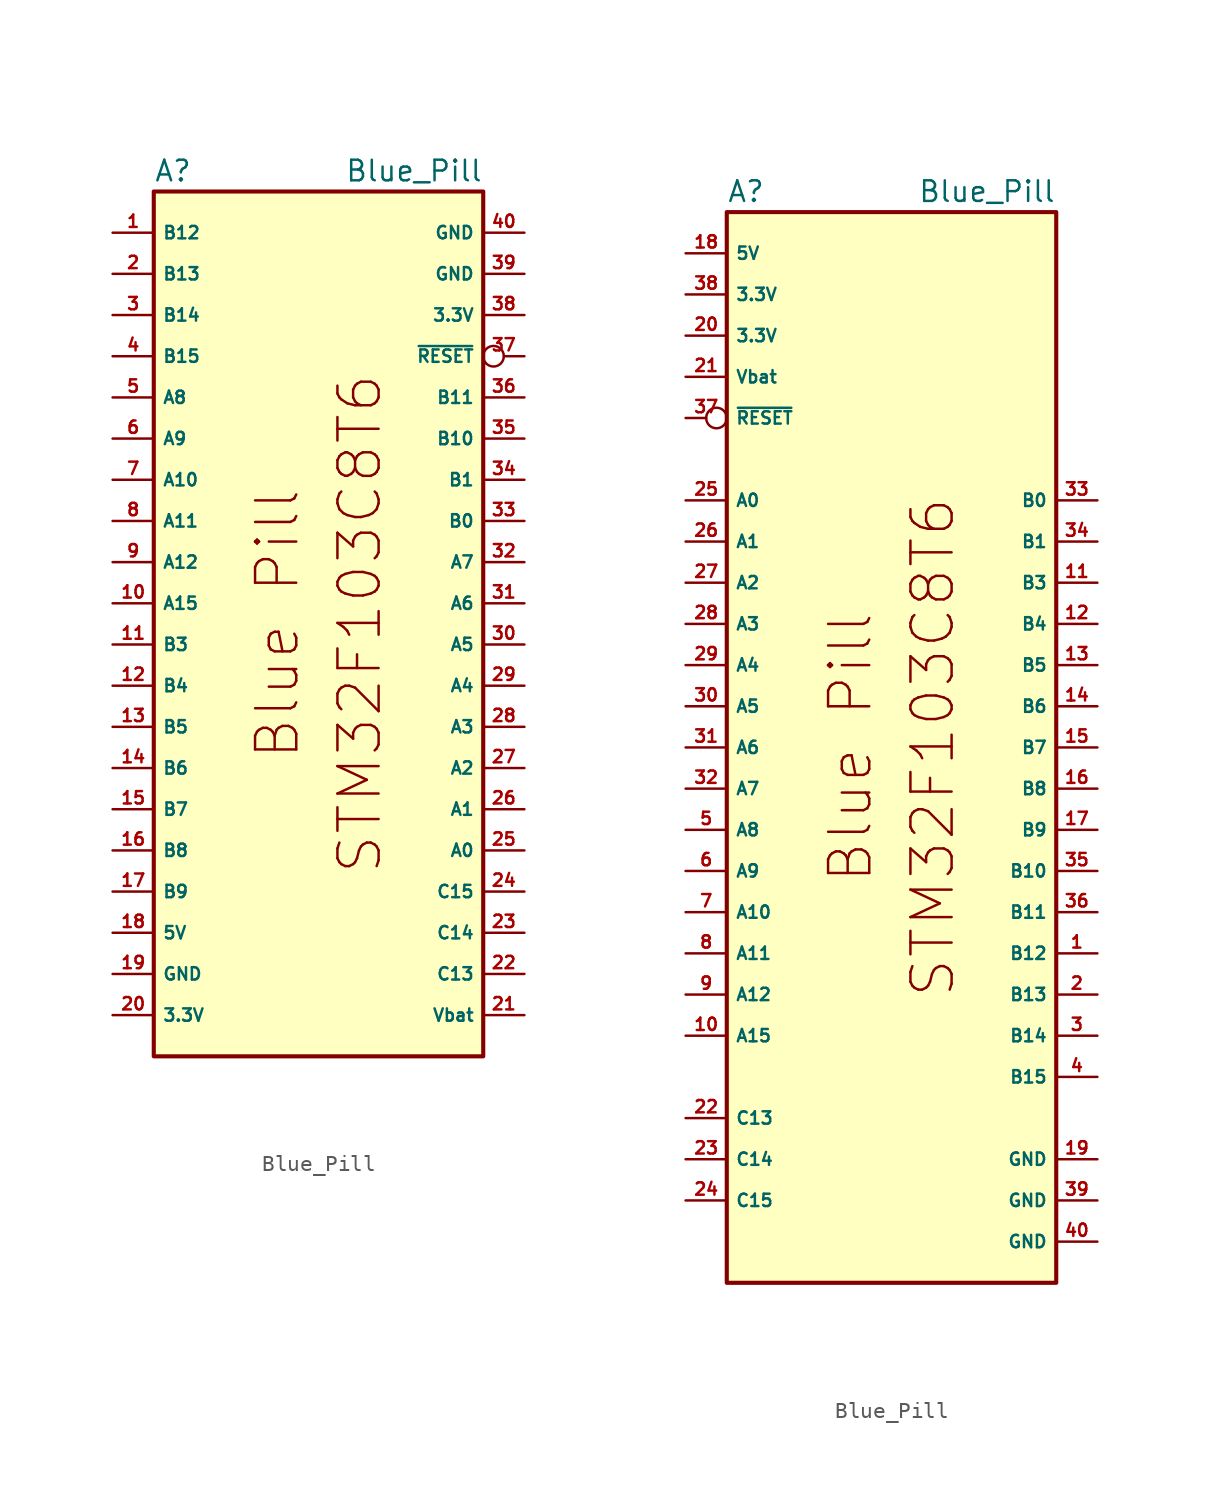
<source format=kicad_sym>
(kicad_symbol_lib
  (version 20211014)
  (generator kicad_symbol_editor)
  (symbol "Blue_Pill"
    (property "Reference" "A"
      (at 2.54 3.81 0)
      (effects (font (size 1.27 1.27)) (justify left)))
    (property "Value" "Blue_Pill"
      (at 22.86 3.81 0)
      (effects (font (size 1.27 1.27)) (justify right)))
    (symbol "Blue_Pill_0_1"
      (rectangle (start 2.54 2.54) (end 22.86 -50.8) (stroke (width 0.254) (type default) (color 0 0 0 0)) (fill (type background)))
      (text "Blue Pill" (at 10.16 -24.13 900) (effects (font (size 2.54 2.54))))
      (text "STM32F103C8T6" (at 15.24 -24.13 900) (effects (font (size 2.54 2.54)))))
    (symbol "Blue_Pill_0_2"
      (rectangle (start 2.54 2.54) (end 22.86 -63.5) (stroke (width 0.254) (type default) (color 0 0 0 0)) (fill (type background)))
      (text "Blue Pill" (at 10.16 -30.48 900) (effects (font (size 2.54 2.54))))
      (text "STM32F103C8T6" (at 15.24 -30.48 900) (effects (font (size 2.54 2.54)))))
    (symbol "Blue_Pill_1_1"
      (pin bidirectional line (at 0 0 0) (length 2.54) (name "B12" (effects (font (size 0.762 0.762)))) (number "1" (effects (font (size 0.762 0.762)))))
      (pin bidirectional line (at 0 -22.86 0) (length 2.54) (name "A15" (effects (font (size 0.762 0.762)))) (number "10" (effects (font (size 0.762 0.762)))))
      (pin bidirectional line (at 0 -25.4 0) (length 2.54) (name "B3" (effects (font (size 0.762 0.762)))) (number "11" (effects (font (size 0.762 0.762)))))
      (pin bidirectional line (at 0 -27.94 0) (length 2.54) (name "B4" (effects (font (size 0.762 0.762)))) (number "12" (effects (font (size 0.762 0.762)))))
      (pin bidirectional line (at 0 -30.48 0) (length 2.54) (name "B5" (effects (font (size 0.762 0.762)))) (number "13" (effects (font (size 0.762 0.762)))))
      (pin bidirectional line (at 0 -33.02 0) (length 2.54) (name "B6" (effects (font (size 0.762 0.762)))) (number "14" (effects (font (size 0.762 0.762)))))
      (pin bidirectional line (at 0 -35.56 0) (length 2.54) (name "B7" (effects (font (size 0.762 0.762)))) (number "15" (effects (font (size 0.762 0.762)))))
      (pin bidirectional line (at 0 -38.1 0) (length 2.54) (name "B8" (effects (font (size 0.762 0.762)))) (number "16" (effects (font (size 0.762 0.762)))))
      (pin bidirectional line (at 0 -40.64 0) (length 2.54) (name "B9" (effects (font (size 0.762 0.762)))) (number "17" (effects (font (size 0.762 0.762)))))
      (pin power_in line (at 0 -43.18 0) (length 2.54) (name "5V" (effects (font (size 0.762 0.762)))) (number "18" (effects (font (size 0.762 0.762)))))
      (pin power_in line (at 0 -45.72 0) (length 2.54) (name "GND" (effects (font (size 0.762 0.762)))) (number "19" (effects (font (size 0.762 0.762)))))
      (pin bidirectional line (at 0 -2.54 0) (length 2.54) (name "B13" (effects (font (size 0.762 0.762)))) (number "2" (effects (font (size 0.762 0.762)))))
      (pin power_in line (at 0 -48.26 0) (length 2.54) (name "3.3V" (effects (font (size 0.762 0.762)))) (number "20" (effects (font (size 0.762 0.762)))))
      (pin power_in line (at 25.4 -48.26 180) (length 2.54) (name "Vbat" (effects (font (size 0.762 0.762)))) (number "21" (effects (font (size 0.762 0.762)))))
      (pin bidirectional line (at 25.4 -45.72 180) (length 2.54) (name "C13" (effects (font (size 0.762 0.762)))) (number "22" (effects (font (size 0.762 0.762)))))
      (pin bidirectional line (at 25.4 -43.18 180) (length 2.54) (name "C14" (effects (font (size 0.762 0.762)))) (number "23" (effects (font (size 0.762 0.762)))))
      (pin bidirectional line (at 25.4 -40.64 180) (length 2.54) (name "C15" (effects (font (size 0.762 0.762)))) (number "24" (effects (font (size 0.762 0.762)))))
      (pin bidirectional line (at 25.4 -38.1 180) (length 2.54) (name "A0" (effects (font (size 0.762 0.762)))) (number "25" (effects (font (size 0.762 0.762)))))
      (pin bidirectional line (at 25.4 -35.56 180) (length 2.54) (name "A1" (effects (font (size 0.762 0.762)))) (number "26" (effects (font (size 0.762 0.762)))))
      (pin bidirectional line (at 25.4 -33.02 180) (length 2.54) (name "A2" (effects (font (size 0.762 0.762)))) (number "27" (effects (font (size 0.762 0.762)))))
      (pin bidirectional line (at 25.4 -30.48 180) (length 2.54) (name "A3" (effects (font (size 0.762 0.762)))) (number "28" (effects (font (size 0.762 0.762)))))
      (pin bidirectional line (at 25.4 -27.94 180) (length 2.54) (name "A4" (effects (font (size 0.762 0.762)))) (number "29" (effects (font (size 0.762 0.762)))))
      (pin bidirectional line (at 0 -5.08 0) (length 2.54) (name "B14" (effects (font (size 0.762 0.762)))) (number "3" (effects (font (size 0.762 0.762)))))
      (pin bidirectional line (at 25.4 -25.4 180) (length 2.54) (name "A5" (effects (font (size 0.762 0.762)))) (number "30" (effects (font (size 0.762 0.762)))))
      (pin bidirectional line (at 25.4 -22.86 180) (length 2.54) (name "A6" (effects (font (size 0.762 0.762)))) (number "31" (effects (font (size 0.762 0.762)))))
      (pin bidirectional line (at 25.4 -20.32 180) (length 2.54) (name "A7" (effects (font (size 0.762 0.762)))) (number "32" (effects (font (size 0.762 0.762)))))
      (pin bidirectional line (at 25.4 -17.78 180) (length 2.54) (name "B0" (effects (font (size 0.762 0.762)))) (number "33" (effects (font (size 0.762 0.762)))))
      (pin bidirectional line (at 25.4 -15.24 180) (length 2.54) (name "B1" (effects (font (size 0.762 0.762)))) (number "34" (effects (font (size 0.762 0.762)))))
      (pin bidirectional line (at 25.4 -12.7 180) (length 2.54) (name "B10" (effects (font (size 0.762 0.762)))) (number "35" (effects (font (size 0.762 0.762)))))
      (pin bidirectional line (at 25.4 -10.16 180) (length 2.54) (name "B11" (effects (font (size 0.762 0.762)))) (number "36" (effects (font (size 0.762 0.762)))))
      (pin input inverted (at 25.4 -7.62 180) (length 2.54) (name "~{RESET}" (effects (font (size 0.762 0.762)))) (number "37" (effects (font (size 0.762 0.762)))))
      (pin power_in line (at 25.4 -5.08 180) (length 2.54) (name "3.3V" (effects (font (size 0.762 0.762)))) (number "38" (effects (font (size 0.762 0.762)))))
      (pin power_in line (at 25.4 -2.54 180) (length 2.54) (name "GND" (effects (font (size 0.762 0.762)))) (number "39" (effects (font (size 0.762 0.762)))))
      (pin bidirectional line (at 0 -7.62 0) (length 2.54) (name "B15" (effects (font (size 0.762 0.762)))) (number "4" (effects (font (size 0.762 0.762)))))
      (pin power_in line (at 25.4 0 180) (length 2.54) (name "GND" (effects (font (size 0.762 0.762)))) (number "40" (effects (font (size 0.762 0.762)))))
      (pin bidirectional line (at 0 -10.16 0) (length 2.54) (name "A8" (effects (font (size 0.762 0.762)))) (number "5" (effects (font (size 0.762 0.762)))))
      (pin bidirectional line (at 0 -12.7 0) (length 2.54) (name "A9" (effects (font (size 0.762 0.762)))) (number "6" (effects (font (size 0.762 0.762)))))
      (pin bidirectional line (at 0 -15.24 0) (length 2.54) (name "A10" (effects (font (size 0.762 0.762)))) (number "7" (effects (font (size 0.762 0.762)))))
      (pin bidirectional line (at 0 -17.78 0) (length 2.54) (name "A11" (effects (font (size 0.762 0.762)))) (number "8" (effects (font (size 0.762 0.762)))))
      (pin bidirectional line (at 0 -20.32 0) (length 2.54) (name "A12" (effects (font (size 0.762 0.762)))) (number "9" (effects (font (size 0.762 0.762))))))
    (symbol "Blue_Pill_1_2"
      (pin bidirectional line (at 25.4 -43.18 180) (length 2.54) (name "B12" (effects (font (size 0.762 0.762)))) (number "1" (effects (font (size 0.762 0.762)))))
      (pin bidirectional line (at 0 -48.26 0) (length 2.54) (name "A15" (effects (font (size 0.762 0.762)))) (number "10" (effects (font (size 0.762 0.762)))))
      (pin bidirectional line (at 25.4 -20.32 180) (length 2.54) (name "B3" (effects (font (size 0.762 0.762)))) (number "11" (effects (font (size 0.762 0.762)))))
      (pin bidirectional line (at 25.4 -22.86 180) (length 2.54) (name "B4" (effects (font (size 0.762 0.762)))) (number "12" (effects (font (size 0.762 0.762)))))
      (pin bidirectional line (at 25.4 -25.4 180) (length 2.54) (name "B5" (effects (font (size 0.762 0.762)))) (number "13" (effects (font (size 0.762 0.762)))))
      (pin bidirectional line (at 25.4 -27.94 180) (length 2.54) (name "B6" (effects (font (size 0.762 0.762)))) (number "14" (effects (font (size 0.762 0.762)))))
      (pin bidirectional line (at 25.4 -30.48 180) (length 2.54) (name "B7" (effects (font (size 0.762 0.762)))) (number "15" (effects (font (size 0.762 0.762)))))
      (pin bidirectional line (at 25.4 -33.02 180) (length 2.54) (name "B8" (effects (font (size 0.762 0.762)))) (number "16" (effects (font (size 0.762 0.762)))))
      (pin bidirectional line (at 25.4 -35.56 180) (length 2.54) (name "B9" (effects (font (size 0.762 0.762)))) (number "17" (effects (font (size 0.762 0.762)))))
      (pin power_in line (at 0 0 0) (length 2.54) (name "5V" (effects (font (size 0.762 0.762)))) (number "18" (effects (font (size 0.762 0.762)))))
      (pin power_in line (at 25.4 -55.88 180) (length 2.54) (name "GND" (effects (font (size 0.762 0.762)))) (number "19" (effects (font (size 0.762 0.762)))))
      (pin bidirectional line (at 25.4 -45.72 180) (length 2.54) (name "B13" (effects (font (size 0.762 0.762)))) (number "2" (effects (font (size 0.762 0.762)))))
      (pin power_in line (at 0 -5.08 0) (length 2.54) (name "3.3V" (effects (font (size 0.762 0.762)))) (number "20" (effects (font (size 0.762 0.762)))))
      (pin power_in line (at 0 -7.62 0) (length 2.54) (name "Vbat" (effects (font (size 0.762 0.762)))) (number "21" (effects (font (size 0.762 0.762)))))
      (pin bidirectional line (at 0 -53.34 0) (length 2.54) (name "C13" (effects (font (size 0.762 0.762)))) (number "22" (effects (font (size 0.762 0.762)))))
      (pin bidirectional line (at 0 -55.88 0) (length 2.54) (name "C14" (effects (font (size 0.762 0.762)))) (number "23" (effects (font (size 0.762 0.762)))))
      (pin bidirectional line (at 0 -58.42 0) (length 2.54) (name "C15" (effects (font (size 0.762 0.762)))) (number "24" (effects (font (size 0.762 0.762)))))
      (pin bidirectional line (at 0 -15.24 0) (length 2.54) (name "A0" (effects (font (size 0.762 0.762)))) (number "25" (effects (font (size 0.762 0.762)))))
      (pin bidirectional line (at 0 -17.78 0) (length 2.54) (name "A1" (effects (font (size 0.762 0.762)))) (number "26" (effects (font (size 0.762 0.762)))))
      (pin bidirectional line (at 0 -20.32 0) (length 2.54) (name "A2" (effects (font (size 0.762 0.762)))) (number "27" (effects (font (size 0.762 0.762)))))
      (pin bidirectional line (at 0 -22.86 0) (length 2.54) (name "A3" (effects (font (size 0.762 0.762)))) (number "28" (effects (font (size 0.762 0.762)))))
      (pin bidirectional line (at 0 -25.4 0) (length 2.54) (name "A4" (effects (font (size 0.762 0.762)))) (number "29" (effects (font (size 0.762 0.762)))))
      (pin bidirectional line (at 25.4 -48.26 180) (length 2.54) (name "B14" (effects (font (size 0.762 0.762)))) (number "3" (effects (font (size 0.762 0.762)))))
      (pin bidirectional line (at 0 -27.94 0) (length 2.54) (name "A5" (effects (font (size 0.762 0.762)))) (number "30" (effects (font (size 0.762 0.762)))))
      (pin bidirectional line (at 0 -30.48 0) (length 2.54) (name "A6" (effects (font (size 0.762 0.762)))) (number "31" (effects (font (size 0.762 0.762)))))
      (pin bidirectional line (at 0 -33.02 0) (length 2.54) (name "A7" (effects (font (size 0.762 0.762)))) (number "32" (effects (font (size 0.762 0.762)))))
      (pin bidirectional line (at 25.4 -15.24 180) (length 2.54) (name "B0" (effects (font (size 0.762 0.762)))) (number "33" (effects (font (size 0.762 0.762)))))
      (pin bidirectional line (at 25.4 -17.78 180) (length 2.54) (name "B1" (effects (font (size 0.762 0.762)))) (number "34" (effects (font (size 0.762 0.762)))))
      (pin bidirectional line (at 25.4 -38.1 180) (length 2.54) (name "B10" (effects (font (size 0.762 0.762)))) (number "35" (effects (font (size 0.762 0.762)))))
      (pin bidirectional line (at 25.4 -40.64 180) (length 2.54) (name "B11" (effects (font (size 0.762 0.762)))) (number "36" (effects (font (size 0.762 0.762)))))
      (pin input inverted (at 0 -10.16 0) (length 2.54) (name "~{RESET}" (effects (font (size 0.762 0.762)))) (number "37" (effects (font (size 0.762 0.762)))))
      (pin power_in line (at 0 -2.54 0) (length 2.54) (name "3.3V" (effects (font (size 0.762 0.762)))) (number "38" (effects (font (size 0.762 0.762)))))
      (pin power_in line (at 25.4 -58.42 180) (length 2.54) (name "GND" (effects (font (size 0.762 0.762)))) (number "39" (effects (font (size 0.762 0.762)))))
      (pin bidirectional line (at 25.4 -50.8 180) (length 2.54) (name "B15" (effects (font (size 0.762 0.762)))) (number "4" (effects (font (size 0.762 0.762)))))
      (pin power_in line (at 25.4 -60.96 180) (length 2.54) (name "GND" (effects (font (size 0.762 0.762)))) (number "40" (effects (font (size 0.762 0.762)))))
      (pin bidirectional line (at 0 -35.56 0) (length 2.54) (name "A8" (effects (font (size 0.762 0.762)))) (number "5" (effects (font (size 0.762 0.762)))))
      (pin bidirectional line (at 0 -38.1 0) (length 2.54) (name "A9" (effects (font (size 0.762 0.762)))) (number "6" (effects (font (size 0.762 0.762)))))
      (pin bidirectional line (at 0 -40.64 0) (length 2.54) (name "A10" (effects (font (size 0.762 0.762)))) (number "7" (effects (font (size 0.762 0.762)))))
      (pin bidirectional line (at 0 -43.18 0) (length 2.54) (name "A11" (effects (font (size 0.762 0.762)))) (number "8" (effects (font (size 0.762 0.762)))))
      (pin bidirectional line (at 0 -45.72 0) (length 2.54) (name "A12" (effects (font (size 0.762 0.762)))) (number "9" (effects (font (size 0.762 0.762))))))))
</source>
